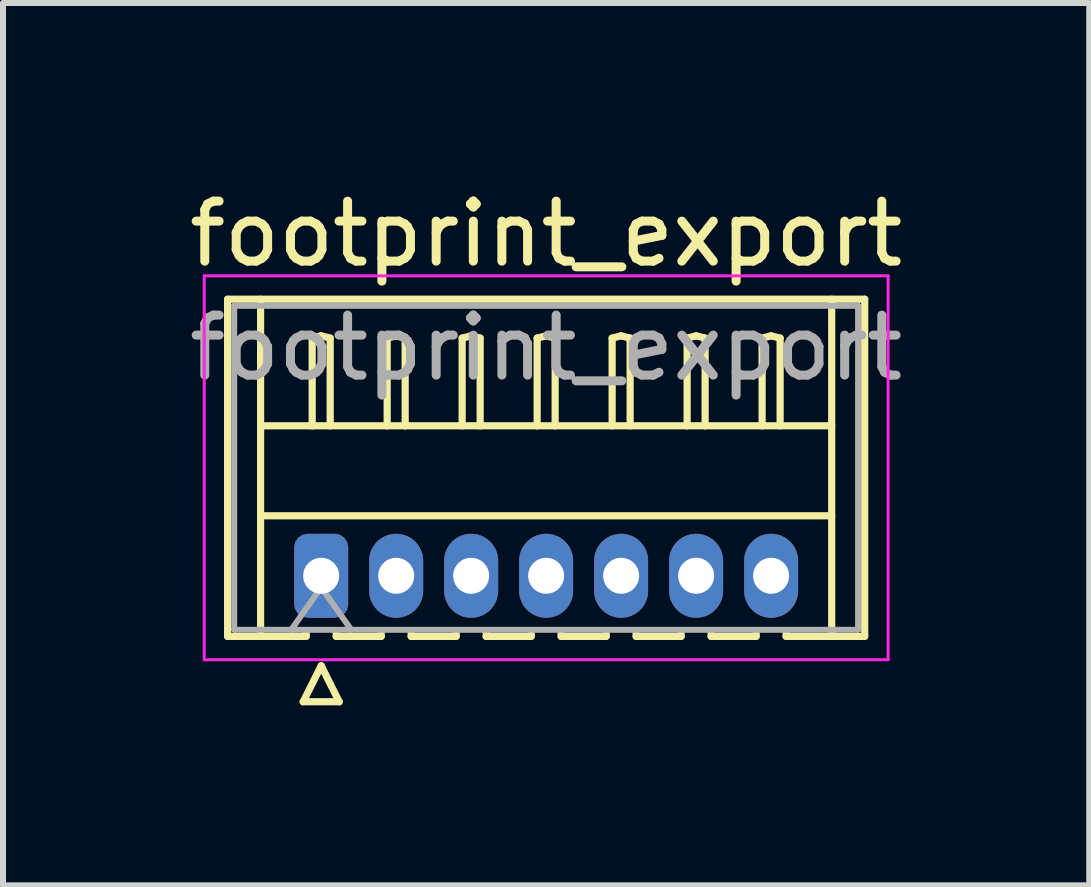
<source format=kicad_pcb>
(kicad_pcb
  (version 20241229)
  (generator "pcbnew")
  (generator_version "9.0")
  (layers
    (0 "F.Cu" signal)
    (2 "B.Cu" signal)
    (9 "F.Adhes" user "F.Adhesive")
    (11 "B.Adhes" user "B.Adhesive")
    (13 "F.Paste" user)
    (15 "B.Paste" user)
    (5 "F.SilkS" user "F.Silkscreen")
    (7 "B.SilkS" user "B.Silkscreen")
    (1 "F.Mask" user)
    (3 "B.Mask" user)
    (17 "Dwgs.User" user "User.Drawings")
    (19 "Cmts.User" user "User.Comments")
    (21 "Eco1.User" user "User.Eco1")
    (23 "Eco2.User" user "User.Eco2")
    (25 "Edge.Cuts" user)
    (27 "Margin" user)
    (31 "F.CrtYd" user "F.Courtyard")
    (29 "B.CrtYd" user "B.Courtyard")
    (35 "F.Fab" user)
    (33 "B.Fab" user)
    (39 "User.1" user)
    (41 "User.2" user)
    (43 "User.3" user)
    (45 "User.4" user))
  (footprint "footprint_export"
    (layer "F.Cu")
    (at 2.304 6.548)
    (property "Reference" "footprint_export" (at 3.75 -5.7 0) (layer "F.SilkS") (effects (font (size 1 1) (thickness 0.15))))
    (attr through_hole)
    (fp_line (start -1.56 -4.61) (end 9.06 -4.61) (stroke (width 0.12) (type solid)) (layer "F.SilkS"))
    (fp_line (start -1.56 1.01) (end -1.56 -4.61) (stroke (width 0.12) (type solid)) (layer "F.SilkS"))
    (fp_line (start -1.01 -4.61) (end -1.01 1.01) (stroke (width 0.12) (type solid)) (layer "F.SilkS"))
    (fp_line (start -1.01 -2.5) (end 8.51 -2.5) (stroke (width 0.12) (type solid)) (layer "F.SilkS"))
    (fp_line (start -1.01 -1) (end 8.51 -1) (stroke (width 0.12) (type solid)) (layer "F.SilkS"))
    (fp_line (start -0.3 2.1) (end 0.3 2.1) (stroke (width 0.12) (type solid)) (layer "F.SilkS"))
    (fp_line (start -0.25 0.96) (end -0.25 1.01) (stroke (width 0.12) (type solid)) (layer "F.SilkS"))
    (fp_line (start -0.25 1.01) (end -1.56 1.01) (stroke (width 0.12) (type solid)) (layer "F.SilkS"))
    (fp_line (start -0.15 -3.962) (end 0 -4) (stroke (width 0.12) (type solid)) (layer "F.SilkS"))
    (fp_line (start -0.15 -2.5) (end -0.15 -3.962) (stroke (width 0.12) (type solid)) (layer "F.SilkS"))
    (fp_line (start 0 -4) (end 0.15 -3.962) (stroke (width 0.12) (type solid)) (layer "F.SilkS"))
    (fp_line (start 0 1.5) (end -0.3 2.1) (stroke (width 0.12) (type solid)) (layer "F.SilkS"))
    (fp_line (start 0.15 -3.962) (end 0.15 -2.5) (stroke (width 0.12) (type solid)) (layer "F.SilkS"))
    (fp_line (start 0.25 0.96) (end 0.25 1.01) (stroke (width 0.12) (type solid)) (layer "F.SilkS"))
    (fp_line (start 0.25 1.01) (end 1 1.01) (stroke (width 0.12) (type solid)) (layer "F.SilkS"))
    (fp_line (start 0.3 2.1) (end 0 1.5) (stroke (width 0.12) (type solid)) (layer "F.SilkS"))
    (fp_line (start 1 1.01) (end 1 0.96) (stroke (width 0.12) (type solid)) (layer "F.SilkS"))
    (fp_line (start 1.1 -3.962) (end 1.25 -4) (stroke (width 0.12) (type solid)) (layer "F.SilkS"))
    (fp_line (start 1.1 -2.5) (end 1.1 -3.962) (stroke (width 0.12) (type solid)) (layer "F.SilkS"))
    (fp_line (start 1.25 -4) (end 1.4 -3.962) (stroke (width 0.12) (type solid)) (layer "F.SilkS"))
    (fp_line (start 1.4 -3.962) (end 1.4 -2.5) (stroke (width 0.12) (type solid)) (layer "F.SilkS"))
    (fp_line (start 1.5 0.96) (end 1.5 1.01) (stroke (width 0.12) (type solid)) (layer "F.SilkS"))
    (fp_line (start 1.5 1.01) (end 2.25 1.01) (stroke (width 0.12) (type solid)) (layer "F.SilkS"))
    (fp_line (start 2.25 1.01) (end 2.25 0.96) (stroke (width 0.12) (type solid)) (layer "F.SilkS"))
    (fp_line (start 2.35 -3.962) (end 2.5 -4) (stroke (width 0.12) (type solid)) (layer "F.SilkS"))
    (fp_line (start 2.35 -2.5) (end 2.35 -3.962) (stroke (width 0.12) (type solid)) (layer "F.SilkS"))
    (fp_line (start 2.5 -4) (end 2.65 -3.962) (stroke (width 0.12) (type solid)) (layer "F.SilkS"))
    (fp_line (start 2.65 -3.962) (end 2.65 -2.5) (stroke (width 0.12) (type solid)) (layer "F.SilkS"))
    (fp_line (start 2.75 0.96) (end 2.75 1.01) (stroke (width 0.12) (type solid)) (layer "F.SilkS"))
    (fp_line (start 2.75 1.01) (end 3.5 1.01) (stroke (width 0.12) (type solid)) (layer "F.SilkS"))
    (fp_line (start 3.5 1.01) (end 3.5 0.96) (stroke (width 0.12) (type solid)) (layer "F.SilkS"))
    (fp_line (start 3.6 -3.962) (end 3.75 -4) (stroke (width 0.12) (type solid)) (layer "F.SilkS"))
    (fp_line (start 3.6 -2.5) (end 3.6 -3.962) (stroke (width 0.12) (type solid)) (layer "F.SilkS"))
    (fp_line (start 3.75 -4) (end 3.9 -3.962) (stroke (width 0.12) (type solid)) (layer "F.SilkS"))
    (fp_line (start 3.9 -3.962) (end 3.9 -2.5) (stroke (width 0.12) (type solid)) (layer "F.SilkS"))
    (fp_line (start 4 0.96) (end 4 1.01) (stroke (width 0.12) (type solid)) (layer "F.SilkS"))
    (fp_line (start 4 1.01) (end 4.75 1.01) (stroke (width 0.12) (type solid)) (layer "F.SilkS"))
    (fp_line (start 4.75 1.01) (end 4.75 0.96) (stroke (width 0.12) (type solid)) (layer "F.SilkS"))
    (fp_line (start 4.85 -3.962) (end 5 -4) (stroke (width 0.12) (type solid)) (layer "F.SilkS"))
    (fp_line (start 4.85 -2.5) (end 4.85 -3.962) (stroke (width 0.12) (type solid)) (layer "F.SilkS"))
    (fp_line (start 5 -4) (end 5.15 -3.962) (stroke (width 0.12) (type solid)) (layer "F.SilkS"))
    (fp_line (start 5.15 -3.962) (end 5.15 -2.5) (stroke (width 0.12) (type solid)) (layer "F.SilkS"))
    (fp_line (start 5.25 0.96) (end 5.25 1.01) (stroke (width 0.12) (type solid)) (layer "F.SilkS"))
    (fp_line (start 5.25 1.01) (end 6 1.01) (stroke (width 0.12) (type solid)) (layer "F.SilkS"))
    (fp_line (start 6 1.01) (end 6 0.96) (stroke (width 0.12) (type solid)) (layer "F.SilkS"))
    (fp_line (start 6.1 -3.962) (end 6.25 -4) (stroke (width 0.12) (type solid)) (layer "F.SilkS"))
    (fp_line (start 6.1 -2.5) (end 6.1 -3.962) (stroke (width 0.12) (type solid)) (layer "F.SilkS"))
    (fp_line (start 6.25 -4) (end 6.4 -3.962) (stroke (width 0.12) (type solid)) (layer "F.SilkS"))
    (fp_line (start 6.4 -3.962) (end 6.4 -2.5) (stroke (width 0.12) (type solid)) (layer "F.SilkS"))
    (fp_line (start 6.5 0.96) (end 6.5 1.01) (stroke (width 0.12) (type solid)) (layer "F.SilkS"))
    (fp_line (start 6.5 1.01) (end 7.25 1.01) (stroke (width 0.12) (type solid)) (layer "F.SilkS"))
    (fp_line (start 7.25 1.01) (end 7.25 0.96) (stroke (width 0.12) (type solid)) (layer "F.SilkS"))
    (fp_line (start 7.35 -3.962) (end 7.5 -4) (stroke (width 0.12) (type solid)) (layer "F.SilkS"))
    (fp_line (start 7.35 -2.5) (end 7.35 -3.962) (stroke (width 0.12) (type solid)) (layer "F.SilkS"))
    (fp_line (start 7.5 -4) (end 7.65 -3.962) (stroke (width 0.12) (type solid)) (layer "F.SilkS"))
    (fp_line (start 7.65 -3.962) (end 7.65 -2.5) (stroke (width 0.12) (type solid)) (layer "F.SilkS"))
    (fp_line (start 7.75 1.01) (end 7.75 0.96) (stroke (width 0.12) (type solid)) (layer "F.SilkS"))
    (fp_line (start 8.51 -4.61) (end 8.51 1.01) (stroke (width 0.12) (type solid)) (layer "F.SilkS"))
    (fp_line (start 9.06 -4.61) (end 9.06 1.01) (stroke (width 0.12) (type solid)) (layer "F.SilkS"))
    (fp_line (start 9.06 1.01) (end 7.75 1.01) (stroke (width 0.12) (type solid)) (layer "F.SilkS"))
    (fp_line (start -1.95 -5) (end -1.95 1.4) (stroke (width 0.05) (type solid)) (layer "F.CrtYd"))
    (fp_line (start -1.95 1.4) (end 9.45 1.4) (stroke (width 0.05) (type solid)) (layer "F.CrtYd"))
    (fp_line (start 9.45 -5) (end -1.95 -5) (stroke (width 0.05) (type solid)) (layer "F.CrtYd"))
    (fp_line (start 9.45 1.4) (end 9.45 -5) (stroke (width 0.05) (type solid)) (layer "F.CrtYd"))
    (fp_line (start -1.45 -4.5) (end -1.45 0.9) (stroke (width 0.1) (type solid)) (layer "F.Fab"))
    (fp_line (start -1.45 0.9) (end 8.95 0.9) (stroke (width 0.1) (type solid)) (layer "F.Fab"))
    (fp_line (start -0.5 0.9) (end 0 0.193) (stroke (width 0.1) (type solid)) (layer "F.Fab"))
    (fp_line (start 0 0.193) (end 0.5 0.9) (stroke (width 0.1) (type solid)) (layer "F.Fab"))
    (fp_line (start 8.95 -4.5) (end -1.45 -4.5) (stroke (width 0.1) (type solid)) (layer "F.Fab"))
    (fp_line (start 8.95 0.9) (end 8.95 -4.5) (stroke (width 0.1) (type solid)) (layer "F.Fab"))
    (fp_text user "${REFERENCE}" (at 3.75 -3.8 0) (layer "F.Fab") (effects (font (size 1 1) (thickness 0.15))))
    (pad "1" thru_hole roundrect (at 0 0) (size 0.9 1.4) (drill 0.6) (layers "*.Cu" "*.Mask") (roundrect_rratio 0.25))
    (pad "2" thru_hole oval (at 1.25 0) (size 0.9 1.4) (drill 0.6) (layers "*.Cu" "*.Mask"))
    (pad "3" thru_hole oval (at 2.5 0) (size 0.9 1.4) (drill 0.6) (layers "*.Cu" "*.Mask"))
    (pad "4" thru_hole oval (at 3.75 0) (size 0.9 1.4) (drill 0.6) (layers "*.Cu" "*.Mask"))
    (pad "5" thru_hole oval (at 5 0) (size 0.9 1.4) (drill 0.6) (layers "*.Cu" "*.Mask"))
    (pad "6" thru_hole oval (at 6.25 0) (size 0.9 1.4) (drill 0.6) (layers "*.Cu" "*.Mask"))
    (pad "7" thru_hole oval (at 7.5 0) (size 0.9 1.4) (drill 0.6) (layers "*.Cu" "*.Mask")))
  (gr_rect
    (start -3 -3)
    (end 15.107 11.708)
    (stroke (width 0.1) (type default))
    (fill no)
    (layer "Edge.Cuts")))
</source>
